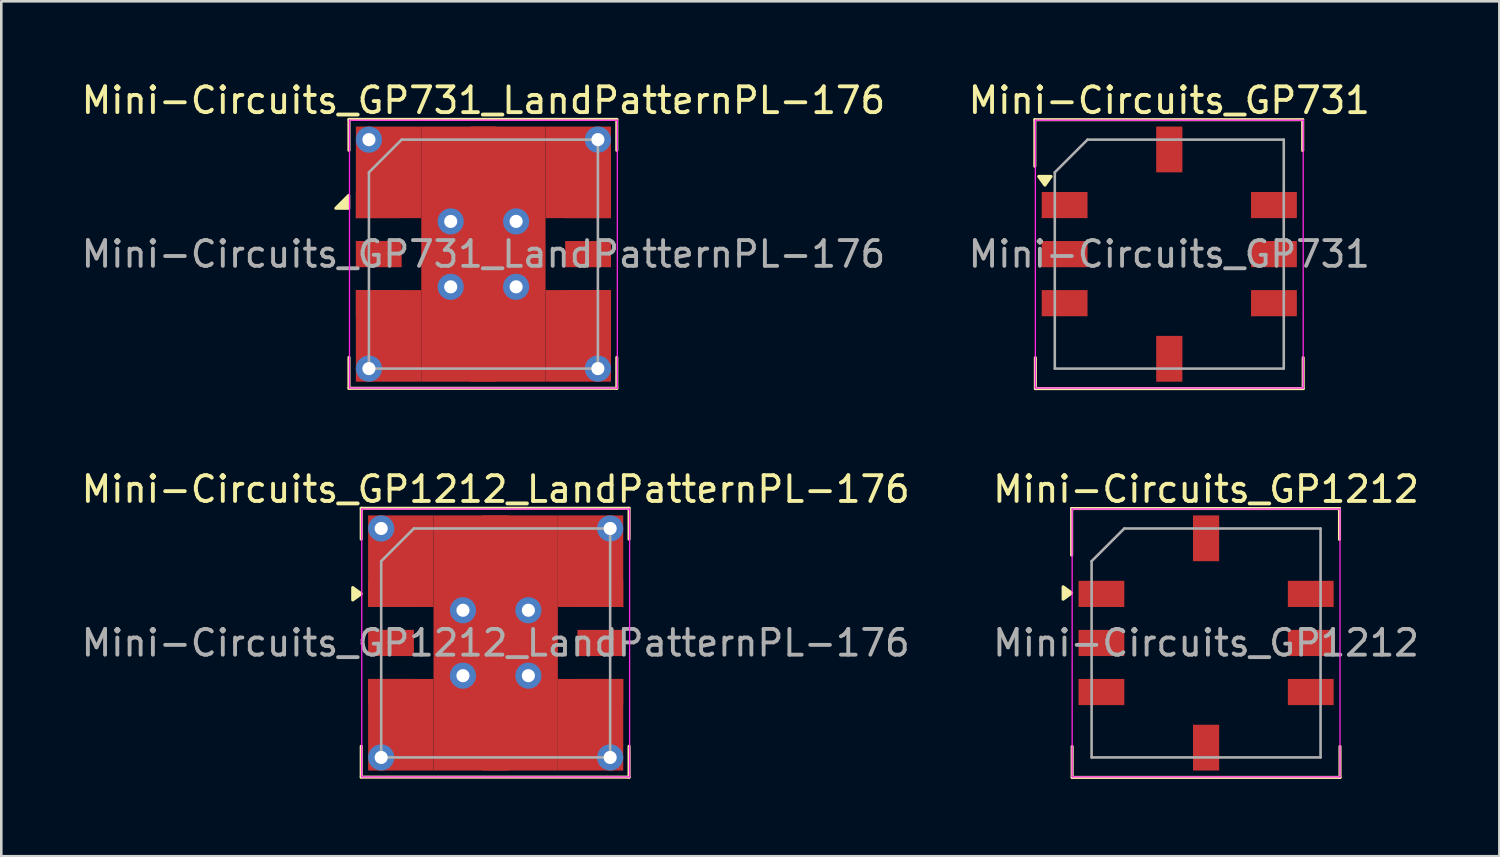
<source format=kicad_pcb>
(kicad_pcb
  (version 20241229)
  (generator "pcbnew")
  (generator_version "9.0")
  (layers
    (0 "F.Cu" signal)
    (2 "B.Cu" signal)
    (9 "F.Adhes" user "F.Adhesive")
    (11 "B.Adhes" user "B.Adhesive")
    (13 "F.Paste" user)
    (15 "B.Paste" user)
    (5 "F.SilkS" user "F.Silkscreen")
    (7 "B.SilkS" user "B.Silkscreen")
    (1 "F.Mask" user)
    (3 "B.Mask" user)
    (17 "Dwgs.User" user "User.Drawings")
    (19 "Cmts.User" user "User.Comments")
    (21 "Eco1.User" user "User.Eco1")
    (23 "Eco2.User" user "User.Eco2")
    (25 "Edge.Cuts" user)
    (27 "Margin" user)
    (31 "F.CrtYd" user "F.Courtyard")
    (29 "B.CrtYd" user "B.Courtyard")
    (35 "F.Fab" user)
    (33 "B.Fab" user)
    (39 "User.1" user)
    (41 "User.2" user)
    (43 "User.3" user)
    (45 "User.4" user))
  (footprint "Mini-Circuits_GP1212_LandPatternPL-176"
    (layer "F.Cu")
    (at 16.196 21.915)
    (property "Reference" "Mini-Circuits_GP1212_LandPatternPL-176" (at 0 -5.969 0) (layer "F.SilkS") (effects (font (size 1 1) (thickness 0.15))))
    (attr smd)
    (fp_line (start -5.22 -5.23) (end 5.18 -5.23) (stroke (width 0.12) (type solid)) (layer "F.SilkS"))
    (fp_line (start -5.22 -4.03) (end -5.22 -5.23) (stroke (width 0.12) (type solid)) (layer "F.SilkS"))
    (fp_line (start -5.22 4.01) (end -5.22 5.21) (stroke (width 0.12) (type solid)) (layer "F.SilkS"))
    (fp_line (start 5.18 -4.03) (end 5.18 -5.23) (stroke (width 0.12) (type solid)) (layer "F.SilkS"))
    (fp_line (start 5.18 5.21) (end -5.22 5.21) (stroke (width 0.12) (type solid)) (layer "F.SilkS"))
    (fp_line (start 5.18 5.21) (end 5.18 4.01) (stroke (width 0.12) (type solid)) (layer "F.SilkS"))
    (fp_poly (pts (xy -5.22 -1.91) (xy -5.55 -1.67) (xy -5.55 -2.15) (xy -5.22 -1.91)) (stroke (width 0.12) (type solid)) (fill yes) (layer "F.SilkS"))
    (fp_line (start -5.2 -5.2) (end -5.2 5.2) (stroke (width 0.05) (type solid)) (layer "F.CrtYd"))
    (fp_line (start -5.2 -5.2) (end 5.2 -5.2) (stroke (width 0.05) (type solid)) (layer "F.CrtYd"))
    (fp_line (start 5.2 5.2) (end -5.2 5.2) (stroke (width 0.05) (type solid)) (layer "F.CrtYd"))
    (fp_line (start 5.2 5.2) (end 5.2 -5.2) (stroke (width 0.05) (type solid)) (layer "F.CrtYd"))
    (fp_line (start -4.445 -3.175) (end -3.175 -4.445) (stroke (width 0.1) (type solid)) (layer "F.Fab"))
    (fp_line (start -4.445 4.445) (end -4.445 -3.175) (stroke (width 0.1) (type solid)) (layer "F.Fab"))
    (fp_line (start -3.175 -4.445) (end 4.445 -4.445) (stroke (width 0.1) (type solid)) (layer "F.Fab"))
    (fp_line (start 4.445 -4.445) (end 4.445 4.445) (stroke (width 0.1) (type solid)) (layer "F.Fab"))
    (fp_line (start 4.445 4.445) (end -4.445 4.445) (stroke (width 0.1) (type solid)) (layer "F.Fab"))
    (fp_text user "${REFERENCE}" (at 0 0 0) (layer "F.Fab") (effects (font (size 1 1) (thickness 0.15))))
    (pad "1" thru_hole circle (at -4.445 -4.445) (size 1.016 1.016) (drill 0.508) (layers "*.Cu"))
    (pad "1" thru_hole circle (at -4.445 4.445) (size 1.016 1.016) (drill 0.508) (layers "*.Cu"))
    (pad "1" smd rect (at -4.064 -1.905 180) (size 1.778 1.016) (layers "F.Cu" "F.Mask" "F.Paste"))
    (pad "1" smd rect (at -3.683 -3.175) (size 2.54 3.556) (layers "F.Cu"))
    (pad "1" smd rect (at -3.683 3.175) (size 2.54 3.556) (layers "F.Cu"))
    (pad "1" thru_hole circle (at -1.27 -1.27) (size 1.016 1.016) (drill 0.508) (layers "*.Cu"))
    (pad "1" thru_hole circle (at -1.27 1.27) (size 1.016 1.016) (drill 0.508) (layers "*.Cu"))
    (pad "1" smd rect (at 0 0) (size 4.826 9.906) (layers "F.Cu"))
    (pad "1" thru_hole circle (at 1.27 -1.27) (size 1.016 1.016) (drill 0.508) (layers "*.Cu"))
    (pad "1" thru_hole circle (at 1.27 1.27) (size 1.016 1.016) (drill 0.508) (layers "*.Cu"))
    (pad "1" smd rect (at 3.683 -3.175) (size 2.54 3.556) (layers "F.Cu"))
    (pad "1" smd rect (at 3.683 3.175) (size 2.54 3.556) (layers "F.Cu"))
    (pad "1" thru_hole circle (at 4.445 -4.445) (size 1.016 1.016) (drill 0.508) (layers "*.Cu"))
    (pad "1" thru_hole circle (at 4.445 4.445) (size 1.016 1.016) (drill 0.508) (layers "*.Cu"))
    (pad "2" smd rect (at -4.064 0 180) (size 1.778 1.016) (layers "F.Cu" "F.Mask" "F.Paste"))
    (pad "3" smd rect (at -4.064 1.905 180) (size 1.778 1.016) (layers "F.Cu" "F.Mask" "F.Paste"))
    (pad "4" smd rect (at 0 4.064 270) (size 1.778 1.016) (layers "F.Cu" "F.Mask" "F.Paste"))
    (pad "5" smd rect (at 4.064 1.905) (size 1.778 1.016) (layers "F.Cu" "F.Mask" "F.Paste"))
    (pad "6" smd rect (at 4.064 0) (size 1.778 1.016) (layers "F.Cu" "F.Mask" "F.Paste"))
    (pad "7" smd rect (at 4.064 -1.905) (size 1.778 1.016) (layers "F.Cu" "F.Mask" "F.Paste"))
    (pad "8" smd rect (at 0 -4.064 270) (size 1.778 1.016) (layers "F.Cu" "F.Mask" "F.Paste")))
  (footprint "Mini-Circuits_GP731_LandPatternPL-176"
    (layer "F.Cu")
    (at 15.72 6.817)
    (property "Reference" "Mini-Circuits_GP731_LandPatternPL-176" (at 0 -5.969 0) (layer "F.SilkS") (effects (font (size 1 1) (thickness 0.15))))
    (attr smd)
    (fp_line (start -5.22 -5.23) (end 5.18 -5.23) (stroke (width 0.12) (type solid)) (layer "F.SilkS"))
    (fp_line (start -5.22 -4.03) (end -5.22 -5.23) (stroke (width 0.12) (type solid)) (layer "F.SilkS"))
    (fp_line (start -5.22 4.01) (end -5.22 5.21) (stroke (width 0.12) (type solid)) (layer "F.SilkS"))
    (fp_line (start 5.18 -4.03) (end 5.18 -5.23) (stroke (width 0.12) (type solid)) (layer "F.SilkS"))
    (fp_line (start 5.18 5.21) (end -5.22 5.21) (stroke (width 0.12) (type solid)) (layer "F.SilkS"))
    (fp_line (start 5.18 5.21) (end 5.18 4.01) (stroke (width 0.12) (type solid)) (layer "F.SilkS"))
    (fp_poly (pts (xy -5.23 -1.78) (xy -5.73 -1.78) (xy -5.23 -2.28) (xy -5.23 -1.78)) (stroke (width 0.12) (type solid)) (fill yes) (layer "F.SilkS"))
    (fp_line (start -5.2 -5.2) (end -5.2 5.2) (stroke (width 0.05) (type solid)) (layer "F.CrtYd"))
    (fp_line (start -5.2 -5.2) (end 5.2 -5.2) (stroke (width 0.05) (type solid)) (layer "F.CrtYd"))
    (fp_line (start 5.2 5.2) (end -5.2 5.2) (stroke (width 0.05) (type solid)) (layer "F.CrtYd"))
    (fp_line (start 5.2 5.2) (end 5.2 -5.2) (stroke (width 0.05) (type solid)) (layer "F.CrtYd"))
    (fp_line (start -4.445 -3.175) (end -3.175 -4.445) (stroke (width 0.1) (type solid)) (layer "F.Fab"))
    (fp_line (start -4.445 4.445) (end -4.445 -3.175) (stroke (width 0.1) (type solid)) (layer "F.Fab"))
    (fp_line (start -3.175 -4.445) (end 4.445 -4.445) (stroke (width 0.1) (type solid)) (layer "F.Fab"))
    (fp_line (start 4.445 -4.445) (end 4.445 4.445) (stroke (width 0.1) (type solid)) (layer "F.Fab"))
    (fp_line (start 4.445 4.445) (end -4.445 4.445) (stroke (width 0.1) (type solid)) (layer "F.Fab"))
    (fp_text user "${REFERENCE}" (at 0 0 0) (layer "F.Fab") (effects (font (size 1 1) (thickness 0.15))))
    (pad "1" thru_hole circle (at -4.445 -4.445) (size 1.016 1.016) (drill 0.508) (layers "*.Cu"))
    (pad "1" thru_hole circle (at -4.445 4.445) (size 1.016 1.016) (drill 0.508) (layers "*.Cu"))
    (pad "1" smd rect (at -4.064 -1.905 180) (size 1.778 1.016) (layers "F.Cu" "F.Mask" "F.Paste"))
    (pad "1" smd rect (at -3.683 -3.175) (size 2.54 3.556) (layers "F.Cu"))
    (pad "1" smd rect (at -3.683 3.175) (size 2.54 3.556) (layers "F.Cu"))
    (pad "1" thru_hole circle (at -1.27 -1.27) (size 1.016 1.016) (drill 0.508) (layers "*.Cu"))
    (pad "1" thru_hole circle (at -1.27 1.27) (size 1.016 1.016) (drill 0.508) (layers "*.Cu"))
    (pad "1" smd rect (at 0 0) (size 4.826 9.906) (layers "F.Cu"))
    (pad "1" thru_hole circle (at 1.27 -1.27) (size 1.016 1.016) (drill 0.508) (layers "*.Cu"))
    (pad "1" thru_hole circle (at 1.27 1.27) (size 1.016 1.016) (drill 0.508) (layers "*.Cu"))
    (pad "1" smd rect (at 3.683 -3.175) (size 2.54 3.556) (layers "F.Cu"))
    (pad "1" smd rect (at 3.683 3.175) (size 2.54 3.556) (layers "F.Cu"))
    (pad "1" thru_hole circle (at 4.445 -4.445) (size 1.016 1.016) (drill 0.508) (layers "*.Cu"))
    (pad "1" thru_hole circle (at 4.445 4.445) (size 1.016 1.016) (drill 0.508) (layers "*.Cu"))
    (pad "2" smd rect (at -4.064 0 180) (size 1.778 1.016) (layers "F.Cu" "F.Mask" "F.Paste"))
    (pad "3" smd rect (at -4.064 1.905 180) (size 1.778 1.016) (layers "F.Cu" "F.Mask" "F.Paste"))
    (pad "4" smd rect (at 0 4.064 270) (size 1.778 1.016) (layers "F.Cu" "F.Mask" "F.Paste"))
    (pad "5" smd rect (at 4.064 1.905) (size 1.778 1.016) (layers "F.Cu" "F.Mask" "F.Paste"))
    (pad "6" smd rect (at 4.064 0) (size 1.778 1.016) (layers "F.Cu" "F.Mask" "F.Paste"))
    (pad "7" smd rect (at 4.064 -1.905) (size 1.778 1.016) (layers "F.Cu" "F.Mask" "F.Paste"))
    (pad "8" smd rect (at 0 -4.064 270) (size 1.778 1.016) (layers "F.Cu" "F.Mask" "F.Paste")))
  (footprint "Mini-Circuits_GP731"
    (layer "F.Cu")
    (at 42.351 6.817)
    (property "Reference" "Mini-Circuits_GP731" (at 0 -5.969 0) (layer "F.SilkS") (effects (font (size 1 1) (thickness 0.15))))
    (attr smd)
    (fp_line (start -5.22 -5.22) (end -5.22 -3.41) (stroke (width 0.12) (type solid)) (layer "F.SilkS"))
    (fp_line (start -5.22 -5.22) (end 5.18 -5.22) (stroke (width 0.12) (type solid)) (layer "F.SilkS"))
    (fp_line (start -5.2 4.02) (end -5.2 5.22) (stroke (width 0.12) (type solid)) (layer "F.SilkS"))
    (fp_line (start 5.18 -4.02) (end 5.18 -5.22) (stroke (width 0.12) (type solid)) (layer "F.SilkS"))
    (fp_line (start 5.2 5.22) (end -5.2 5.22) (stroke (width 0.12) (type solid)) (layer "F.SilkS"))
    (fp_line (start 5.2 5.22) (end 5.2 4.02) (stroke (width 0.12) (type solid)) (layer "F.SilkS"))
    (fp_poly (pts (xy -4.83 -2.68) (xy -5.07 -3.016) (xy -4.59 -3.016) (xy -4.83 -2.68)) (stroke (width 0.12) (type solid)) (fill yes) (layer "F.SilkS"))
    (fp_line (start -5.2 -5.2) (end -5.2 5.2) (stroke (width 0.05) (type solid)) (layer "F.CrtYd"))
    (fp_line (start -5.2 -5.2) (end 5.2 -5.2) (stroke (width 0.05) (type solid)) (layer "F.CrtYd"))
    (fp_line (start 5.2 5.2) (end -5.2 5.2) (stroke (width 0.05) (type solid)) (layer "F.CrtYd"))
    (fp_line (start 5.2 5.2) (end 5.2 -5.2) (stroke (width 0.05) (type solid)) (layer "F.CrtYd"))
    (fp_line (start -4.445 -3.175) (end -3.175 -4.445) (stroke (width 0.1) (type solid)) (layer "F.Fab"))
    (fp_line (start -4.445 4.445) (end -4.445 -3.175) (stroke (width 0.1) (type solid)) (layer "F.Fab"))
    (fp_line (start -3.175 -4.445) (end 4.445 -4.445) (stroke (width 0.1) (type solid)) (layer "F.Fab"))
    (fp_line (start 4.445 -4.445) (end 4.445 4.445) (stroke (width 0.1) (type solid)) (layer "F.Fab"))
    (fp_line (start 4.445 4.445) (end -4.445 4.445) (stroke (width 0.1) (type solid)) (layer "F.Fab"))
    (fp_text user "${REFERENCE}" (at 0 0 0) (layer "F.Fab") (effects (font (size 1 1) (thickness 0.15))))
    (pad "1" smd rect (at -4.064 -1.905 180) (size 1.778 1.016) (layers "F.Cu" "F.Mask" "F.Paste"))
    (pad "2" smd rect (at -4.064 0 180) (size 1.778 1.016) (layers "F.Cu" "F.Mask" "F.Paste"))
    (pad "3" smd rect (at -4.064 1.905 180) (size 1.778 1.016) (layers "F.Cu" "F.Mask" "F.Paste"))
    (pad "4" smd rect (at 0 4.064 270) (size 1.778 1.016) (layers "F.Cu" "F.Mask" "F.Paste"))
    (pad "5" smd rect (at 4.064 1.905) (size 1.778 1.016) (layers "F.Cu" "F.Mask" "F.Paste"))
    (pad "6" smd rect (at 4.064 0) (size 1.778 1.016) (layers "F.Cu" "F.Mask" "F.Paste"))
    (pad "7" smd rect (at 4.064 -1.905) (size 1.778 1.016) (layers "F.Cu" "F.Mask" "F.Paste"))
    (pad "8" smd rect (at 0 -4.064 270) (size 1.778 1.016) (layers "F.Cu" "F.Mask" "F.Paste")))
  (footprint "Mini-Circuits_GP1212"
    (layer "F.Cu")
    (at 43.78 21.915)
    (property "Reference" "Mini-Circuits_GP1212" (at 0 -5.969 0) (layer "F.SilkS") (effects (font (size 1 1) (thickness 0.15))))
    (attr smd)
    (fp_line (start -5.22 -5.22) (end -5.22 -3.41) (stroke (width 0.12) (type solid)) (layer "F.SilkS"))
    (fp_line (start -5.22 -5.22) (end 5.18 -5.22) (stroke (width 0.12) (type solid)) (layer "F.SilkS"))
    (fp_line (start -5.2 4.02) (end -5.2 5.22) (stroke (width 0.12) (type solid)) (layer "F.SilkS"))
    (fp_line (start 5.18 -4.02) (end 5.18 -5.22) (stroke (width 0.12) (type solid)) (layer "F.SilkS"))
    (fp_line (start 5.2 5.22) (end -5.2 5.22) (stroke (width 0.12) (type solid)) (layer "F.SilkS"))
    (fp_line (start 5.2 5.22) (end 5.2 4.02) (stroke (width 0.12) (type solid)) (layer "F.SilkS"))
    (fp_poly (pts (xy -5.22 -1.94) (xy -5.55 -1.7) (xy -5.55 -2.18) (xy -5.22 -1.94)) (stroke (width 0.12) (type solid)) (fill yes) (layer "F.SilkS"))
    (fp_line (start -5.2 -5.2) (end -5.2 5.2) (stroke (width 0.05) (type solid)) (layer "F.CrtYd"))
    (fp_line (start -5.2 -5.2) (end 5.2 -5.2) (stroke (width 0.05) (type solid)) (layer "F.CrtYd"))
    (fp_line (start 5.2 5.2) (end -5.2 5.2) (stroke (width 0.05) (type solid)) (layer "F.CrtYd"))
    (fp_line (start 5.2 5.2) (end 5.2 -5.2) (stroke (width 0.05) (type solid)) (layer "F.CrtYd"))
    (fp_line (start -4.445 -3.175) (end -3.175 -4.445) (stroke (width 0.1) (type solid)) (layer "F.Fab"))
    (fp_line (start -4.445 4.445) (end -4.445 -3.175) (stroke (width 0.1) (type solid)) (layer "F.Fab"))
    (fp_line (start -3.175 -4.445) (end 4.445 -4.445) (stroke (width 0.1) (type solid)) (layer "F.Fab"))
    (fp_line (start 4.445 -4.445) (end 4.445 4.445) (stroke (width 0.1) (type solid)) (layer "F.Fab"))
    (fp_line (start 4.445 4.445) (end -4.445 4.445) (stroke (width 0.1) (type solid)) (layer "F.Fab"))
    (fp_text user "${REFERENCE}" (at 0 0 0) (layer "F.Fab") (effects (font (size 1 1) (thickness 0.15))))
    (pad "1" smd rect (at -4.064 -1.905 180) (size 1.778 1.016) (layers "F.Cu" "F.Mask" "F.Paste"))
    (pad "2" smd rect (at -4.064 0 180) (size 1.778 1.016) (layers "F.Cu" "F.Mask" "F.Paste"))
    (pad "3" smd rect (at -4.064 1.905 180) (size 1.778 1.016) (layers "F.Cu" "F.Mask" "F.Paste"))
    (pad "4" smd rect (at 0 4.064 270) (size 1.778 1.016) (layers "F.Cu" "F.Mask" "F.Paste"))
    (pad "5" smd rect (at 4.064 1.905) (size 1.778 1.016) (layers "F.Cu" "F.Mask" "F.Paste"))
    (pad "6" smd rect (at 4.064 0) (size 1.778 1.016) (layers "F.Cu" "F.Mask" "F.Paste"))
    (pad "7" smd rect (at 4.064 -1.905) (size 1.778 1.016) (layers "F.Cu" "F.Mask" "F.Paste"))
    (pad "8" smd rect (at 0 -4.064 270) (size 1.778 1.016) (layers "F.Cu" "F.Mask" "F.Paste")))
  (gr_rect
    (start -3 -3)
    (end 55.167 30.195)
    (stroke (width 0.1) (type default))
    (fill no)
    (layer "Edge.Cuts")))
</source>
